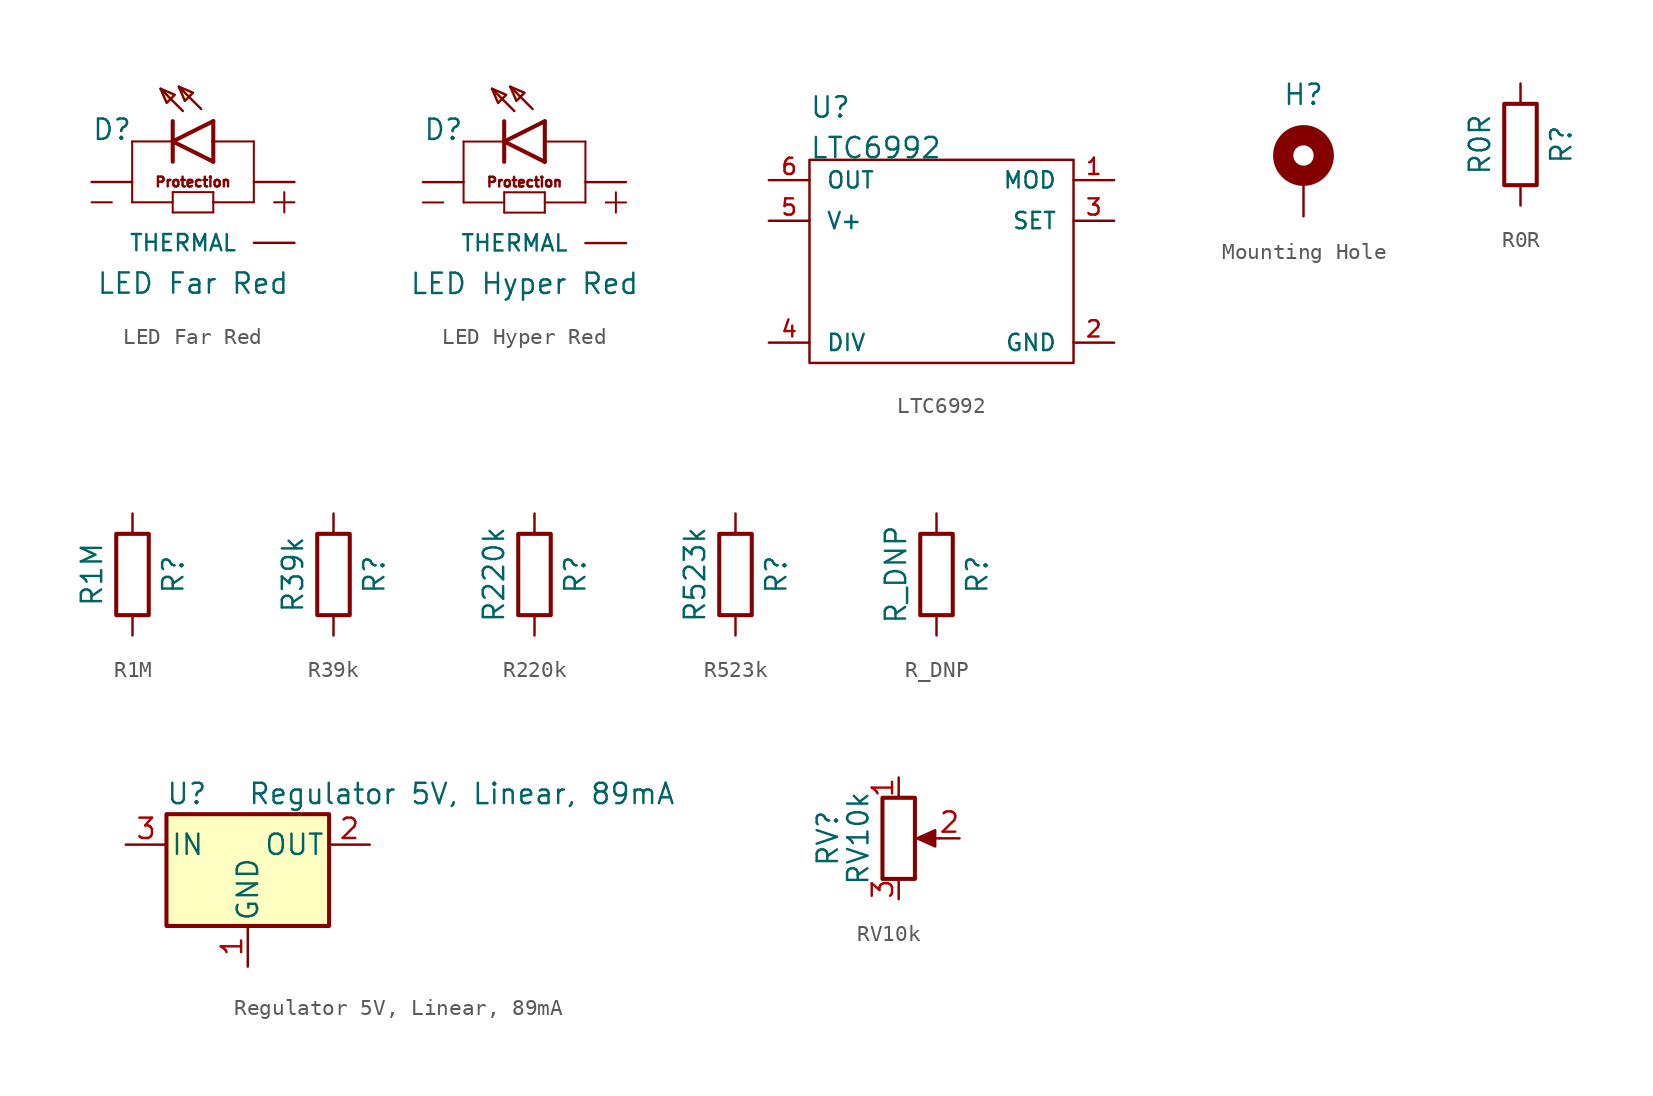
<source format=kicad_sym>
(kicad_symbol_lib
  (version 20211014)
  (generator kicad_symbol_editor)
  (symbol "LED Far Red"
    (pin_numbers hide)
    (pin_names
      (offset 1.016))
    (property "Reference" "D"
      (at -6.35 2.54 0)
      (effects (font (size 1.27 1.27)) (justify left bottom)))
    (property "Value" "LED Far Red"
      (at 0 -6.35 0)
      (effects (font (size 1.27 1.27))))
    (symbol "LED Far Red_0_0"
      (polyline (pts (xy -6.35 -1.27) (xy -5.08 -1.27)) (stroke (width 0.127) (type default) (color 0 0 0 0)) (fill (type none)))
      (polyline (pts (xy -3.81 -1.27) (xy -1.27 -1.27)) (stroke (width 0.127) (type default) (color 0 0 0 0)) (fill (type none)))
      (polyline (pts (xy -3.81 2.54) (xy -3.81 -1.27)) (stroke (width 0.127) (type default) (color 0 0 0 0)) (fill (type none)))
      (polyline (pts (xy -3.81 2.54) (xy -1.27 2.54)) (stroke (width 0.127) (type default) (color 0 0 0 0)) (fill (type none)))
      (polyline (pts (xy -1.27 -1.905) (xy 1.27 -1.905)) (stroke (width 0.127) (type default) (color 0 0 0 0)) (fill (type none)))
      (polyline (pts (xy -1.27 -0.635) (xy -1.27 -1.905)) (stroke (width 0.127) (type default) (color 0 0 0 0)) (fill (type none)))
      (polyline (pts (xy -1.27 1.27) (xy -1.27 2.54)) (stroke (width 0.254) (type default) (color 0 0 0 0)) (fill (type none)))
      (polyline (pts (xy -1.27 2.54) (xy -1.27 3.81)) (stroke (width 0.254) (type default) (color 0 0 0 0)) (fill (type none)))
      (polyline (pts (xy -1.27 2.54) (xy 1.27 3.81)) (stroke (width 0.254) (type default) (color 0 0 0 0)) (fill (type none)))
      (polyline (pts (xy -0.635 4.445) (xy -2.032 5.842)) (stroke (width 0.152) (type default) (color 0 0 0 0)) (fill (type none)))
      (polyline (pts (xy 0.508 4.572) (xy -0.889 5.969)) (stroke (width 0.152) (type default) (color 0 0 0 0)) (fill (type none)))
      (polyline (pts (xy 1.27 -1.905) (xy 1.27 -1.27)) (stroke (width 0.127) (type default) (color 0 0 0 0)) (fill (type none)))
      (polyline (pts (xy 1.27 -1.27) (xy 1.27 -0.635)) (stroke (width 0.127) (type default) (color 0 0 0 0)) (fill (type none)))
      (polyline (pts (xy 1.27 -1.27) (xy 3.81 -1.27)) (stroke (width 0.127) (type default) (color 0 0 0 0)) (fill (type none)))
      (polyline (pts (xy 1.27 -0.635) (xy -1.27 -0.635)) (stroke (width 0.127) (type default) (color 0 0 0 0)) (fill (type none)))
      (polyline (pts (xy 1.27 1.27) (xy -1.27 2.54)) (stroke (width 0.254) (type default) (color 0 0 0 0)) (fill (type none)))
      (polyline (pts (xy 1.27 1.27) (xy 1.27 2.54)) (stroke (width 0.254) (type default) (color 0 0 0 0)) (fill (type none)))
      (polyline (pts (xy 1.27 2.54) (xy 1.27 3.81)) (stroke (width 0.254) (type default) (color 0 0 0 0)) (fill (type none)))
      (polyline (pts (xy 1.27 2.54) (xy 3.81 2.54)) (stroke (width 0.127) (type default) (color 0 0 0 0)) (fill (type none)))
      (polyline (pts (xy 3.81 -1.27) (xy 3.81 2.54)) (stroke (width 0.127) (type default) (color 0 0 0 0)) (fill (type none)))
      (polyline (pts (xy 5.08 -1.27) (xy 6.35 -1.27)) (stroke (width 0.127) (type default) (color 0 0 0 0)) (fill (type none)))
      (polyline (pts (xy 5.715 -0.635) (xy 5.715 -1.905)) (stroke (width 0.127) (type default) (color 0 0 0 0)) (fill (type none)))
      (polyline (pts (xy -1.651 4.953) (xy -2.032 5.842) (xy -1.143 5.461) (xy -1.651 4.953)) (stroke (width 0.152) (type default) (color 0 0 0 0)) (fill (type background)))
      (polyline (pts (xy -0.508 5.08) (xy -0.889 5.969) (xy 0 5.588) (xy -0.508 5.08)) (stroke (width 0.152) (type default) (color 0 0 0 0)) (fill (type background)))
      (text "Protection" (at 0 0 0) (effects (font (size 0.61 0.61))))
      (pin bidirectional line (at -6.35 0 0) (length 2.54) (name "~" (effects (font (size 1.016 1.016)))) (number "1" (effects (font (size 1.016 1.016)))))
      (pin bidirectional line (at 6.35 0 180) (length 2.54) (name "~" (effects (font (size 1.016 1.016)))) (number "2" (effects (font (size 1.016 1.016)))))
      (pin bidirectional line (at 6.35 -3.81 180) (length 2.54) (name "THERMAL" (effects (font (size 1.016 1.016)))) (number "3" (effects (font (size 1.016 1.016)))))))
  (symbol "LED Hyper Red"
    (pin_numbers hide)
    (pin_names
      (offset 1.016))
    (property "Reference" "D"
      (at -6.35 2.54 0)
      (effects (font (size 1.27 1.27)) (justify left bottom)))
    (property "Value" "LED Hyper Red"
      (at 0 -6.35 0)
      (effects (font (size 1.27 1.27))))
    (symbol "LED Hyper Red_0_0"
      (polyline (pts (xy -6.35 -1.27) (xy -5.08 -1.27)) (stroke (width 0.127) (type default) (color 0 0 0 0)) (fill (type none)))
      (polyline (pts (xy -3.81 -1.27) (xy -1.27 -1.27)) (stroke (width 0.127) (type default) (color 0 0 0 0)) (fill (type none)))
      (polyline (pts (xy -3.81 2.54) (xy -3.81 -1.27)) (stroke (width 0.127) (type default) (color 0 0 0 0)) (fill (type none)))
      (polyline (pts (xy -3.81 2.54) (xy -1.27 2.54)) (stroke (width 0.127) (type default) (color 0 0 0 0)) (fill (type none)))
      (polyline (pts (xy -1.27 -1.905) (xy 1.27 -1.905)) (stroke (width 0.127) (type default) (color 0 0 0 0)) (fill (type none)))
      (polyline (pts (xy -1.27 -0.635) (xy -1.27 -1.905)) (stroke (width 0.127) (type default) (color 0 0 0 0)) (fill (type none)))
      (polyline (pts (xy -1.27 1.27) (xy -1.27 2.54)) (stroke (width 0.254) (type default) (color 0 0 0 0)) (fill (type none)))
      (polyline (pts (xy -1.27 2.54) (xy -1.27 3.81)) (stroke (width 0.254) (type default) (color 0 0 0 0)) (fill (type none)))
      (polyline (pts (xy -1.27 2.54) (xy 1.27 3.81)) (stroke (width 0.254) (type default) (color 0 0 0 0)) (fill (type none)))
      (polyline (pts (xy -0.635 4.445) (xy -2.032 5.842)) (stroke (width 0.152) (type default) (color 0 0 0 0)) (fill (type none)))
      (polyline (pts (xy 0.508 4.572) (xy -0.889 5.969)) (stroke (width 0.152) (type default) (color 0 0 0 0)) (fill (type none)))
      (polyline (pts (xy 1.27 -1.905) (xy 1.27 -1.27)) (stroke (width 0.127) (type default) (color 0 0 0 0)) (fill (type none)))
      (polyline (pts (xy 1.27 -1.27) (xy 1.27 -0.635)) (stroke (width 0.127) (type default) (color 0 0 0 0)) (fill (type none)))
      (polyline (pts (xy 1.27 -1.27) (xy 3.81 -1.27)) (stroke (width 0.127) (type default) (color 0 0 0 0)) (fill (type none)))
      (polyline (pts (xy 1.27 -0.635) (xy -1.27 -0.635)) (stroke (width 0.127) (type default) (color 0 0 0 0)) (fill (type none)))
      (polyline (pts (xy 1.27 1.27) (xy -1.27 2.54)) (stroke (width 0.254) (type default) (color 0 0 0 0)) (fill (type none)))
      (polyline (pts (xy 1.27 1.27) (xy 1.27 2.54)) (stroke (width 0.254) (type default) (color 0 0 0 0)) (fill (type none)))
      (polyline (pts (xy 1.27 2.54) (xy 1.27 3.81)) (stroke (width 0.254) (type default) (color 0 0 0 0)) (fill (type none)))
      (polyline (pts (xy 1.27 2.54) (xy 3.81 2.54)) (stroke (width 0.127) (type default) (color 0 0 0 0)) (fill (type none)))
      (polyline (pts (xy 3.81 -1.27) (xy 3.81 2.54)) (stroke (width 0.127) (type default) (color 0 0 0 0)) (fill (type none)))
      (polyline (pts (xy 5.08 -1.27) (xy 6.35 -1.27)) (stroke (width 0.127) (type default) (color 0 0 0 0)) (fill (type none)))
      (polyline (pts (xy 5.715 -0.635) (xy 5.715 -1.905)) (stroke (width 0.127) (type default) (color 0 0 0 0)) (fill (type none)))
      (polyline (pts (xy -1.651 4.953) (xy -2.032 5.842) (xy -1.143 5.461) (xy -1.651 4.953)) (stroke (width 0.152) (type default) (color 0 0 0 0)) (fill (type background)))
      (polyline (pts (xy -0.508 5.08) (xy -0.889 5.969) (xy 0 5.588) (xy -0.508 5.08)) (stroke (width 0.152) (type default) (color 0 0 0 0)) (fill (type background)))
      (text "Protection" (at 0 0 0) (effects (font (size 0.61 0.61))))
      (pin bidirectional line (at -6.35 0 0) (length 2.54) (name "~" (effects (font (size 1.016 1.016)))) (number "1" (effects (font (size 1.016 1.016)))))
      (pin bidirectional line (at 6.35 0 180) (length 2.54) (name "~" (effects (font (size 1.016 1.016)))) (number "2" (effects (font (size 1.016 1.016)))))
      (pin bidirectional line (at 6.35 -3.81 180) (length 2.54) (name "THERMAL" (effects (font (size 1.016 1.016)))) (number "3" (effects (font (size 1.016 1.016)))))))
  (symbol "LTC6992"
    (pin_names
      (offset 1.016))
    (property "Reference" "U"
      (at -8.89 8.89 0)
      (effects (font (size 1.27 1.27)) (justify left bottom)))
    (property "Value" "LTC6992"
      (at -8.89 6.35 0)
      (effects (font (size 1.27 1.27)) (justify left bottom)))
    (symbol "LTC6992_0_0"
      (pin bidirectional line (at 10.16 5.08 180) (length 2.54) (name "MOD" (effects (font (size 1.016 1.016)))) (number "1" (effects (font (size 1.016 1.016)))))
      (pin bidirectional line (at 10.16 -5.08 180) (length 2.54) (name "GND" (effects (font (size 1.016 1.016)))) (number "2" (effects (font (size 1.016 1.016)))))
      (pin bidirectional line (at 10.16 2.54 180) (length 2.54) (name "SET" (effects (font (size 1.016 1.016)))) (number "3" (effects (font (size 1.016 1.016)))))
      (pin bidirectional line (at -11.43 -5.08 0) (length 2.54) (name "DIV" (effects (font (size 1.016 1.016)))) (number "4" (effects (font (size 1.016 1.016)))))
      (pin bidirectional line (at -11.43 2.54 0) (length 2.54) (name "V+" (effects (font (size 1.016 1.016)))) (number "5" (effects (font (size 1.016 1.016)))))
      (pin bidirectional line (at -11.43 5.08 0) (length 2.54) (name "OUT" (effects (font (size 1.016 1.016)))) (number "6" (effects (font (size 1.016 1.016))))))
    (symbol "LTC6992_0_1"
      (rectangle (start -8.89 6.35) (end 7.62 -6.35) (stroke (width 0) (type default) (color 0 0 0 0)) (fill (type none)))))
  (symbol "Mounting Hole"
    (pin_numbers hide)
    (pin_names
      (offset 1.016) hide)
    (property "Reference" "H"
      (at 0 5.08 0)
      (effects (font (size 1.27 1.27))))
    (symbol "Mounting Hole_0_1"
      (circle (center 0 1.27) (radius 1.27) (stroke (width 1.27) (type default) (color 0 0 0 0)) (fill (type none))))
    (symbol "Mounting Hole_1_1"
      (pin input line (at 0 -2.54 90) (length 2.54) (name "1" (effects (font (size 1.27 1.27)))) (number "1" (effects (font (size 1.27 1.27)))))))
  (symbol "R0R"
    (pin_numbers hide)
    (pin_names
      (offset 0))
    (property "Reference" "R"
      (at 2.54 0 90)
      (effects (font (size 1.27 1.27))))
    (property "Value" "R0R"
      (at -2.54 0 90)
      (effects (font (size 1.27 1.27))))
    (symbol "R0R_0_1"
      (rectangle (start -1.016 -2.54) (end 1.016 2.54) (stroke (width 0.254) (type default) (color 0 0 0 0)) (fill (type none))))
    (symbol "R0R_1_1"
      (pin passive line (at 0 3.81 270) (length 1.27) (name "~" (effects (font (size 1.27 1.27)))) (number "1" (effects (font (size 1.27 1.27)))))
      (pin passive line (at 0 -3.81 90) (length 1.27) (name "~" (effects (font (size 1.27 1.27)))) (number "2" (effects (font (size 1.27 1.27)))))))
  (symbol "R1M"
    (pin_numbers hide)
    (pin_names
      (offset 0))
    (property "Reference" "R"
      (at 2.54 0 90)
      (effects (font (size 1.27 1.27))))
    (property "Value" "R1M"
      (at -2.54 0 90)
      (effects (font (size 1.27 1.27))))
    (symbol "R1M_0_1"
      (rectangle (start -1.016 -2.54) (end 1.016 2.54) (stroke (width 0.254) (type default) (color 0 0 0 0)) (fill (type none))))
    (symbol "R1M_1_1"
      (pin passive line (at 0 3.81 270) (length 1.27) (name "~" (effects (font (size 1.27 1.27)))) (number "1" (effects (font (size 1.27 1.27)))))
      (pin passive line (at 0 -3.81 90) (length 1.27) (name "~" (effects (font (size 1.27 1.27)))) (number "2" (effects (font (size 1.27 1.27)))))))
  (symbol "R39k"
    (pin_numbers hide)
    (pin_names
      (offset 0))
    (property "Reference" "R"
      (at 2.54 0 90)
      (effects (font (size 1.27 1.27))))
    (property "Value" "R39k"
      (at -2.54 0 90)
      (effects (font (size 1.27 1.27))))
    (symbol "R39k_0_1"
      (rectangle (start -1.016 -2.54) (end 1.016 2.54) (stroke (width 0.254) (type default) (color 0 0 0 0)) (fill (type none))))
    (symbol "R39k_1_1"
      (pin passive line (at 0 3.81 270) (length 1.27) (name "~" (effects (font (size 1.27 1.27)))) (number "1" (effects (font (size 1.27 1.27)))))
      (pin passive line (at 0 -3.81 90) (length 1.27) (name "~" (effects (font (size 1.27 1.27)))) (number "2" (effects (font (size 1.27 1.27)))))))
  (symbol "R220k"
    (pin_numbers hide)
    (pin_names
      (offset 0))
    (property "Reference" "R"
      (at 2.54 0 90)
      (effects (font (size 1.27 1.27))))
    (property "Value" "R220k"
      (at -2.54 0 90)
      (effects (font (size 1.27 1.27))))
    (symbol "R220k_0_1"
      (rectangle (start -1.016 -2.54) (end 1.016 2.54) (stroke (width 0.254) (type default) (color 0 0 0 0)) (fill (type none))))
    (symbol "R220k_1_1"
      (pin passive line (at 0 3.81 270) (length 1.27) (name "~" (effects (font (size 1.27 1.27)))) (number "1" (effects (font (size 1.27 1.27)))))
      (pin passive line (at 0 -3.81 90) (length 1.27) (name "~" (effects (font (size 1.27 1.27)))) (number "2" (effects (font (size 1.27 1.27)))))))
  (symbol "R523k"
    (pin_numbers hide)
    (pin_names
      (offset 0))
    (property "Reference" "R"
      (at 2.54 0 90)
      (effects (font (size 1.27 1.27))))
    (property "Value" "R523k"
      (at -2.54 0 90)
      (effects (font (size 1.27 1.27))))
    (symbol "R523k_0_1"
      (rectangle (start -1.016 -2.54) (end 1.016 2.54) (stroke (width 0.254) (type default) (color 0 0 0 0)) (fill (type none))))
    (symbol "R523k_1_1"
      (pin passive line (at 0 3.81 270) (length 1.27) (name "~" (effects (font (size 1.27 1.27)))) (number "1" (effects (font (size 1.27 1.27)))))
      (pin passive line (at 0 -3.81 90) (length 1.27) (name "~" (effects (font (size 1.27 1.27)))) (number "2" (effects (font (size 1.27 1.27)))))))
  (symbol "R_DNP"
    (pin_numbers hide)
    (pin_names
      (offset 0))
    (property "Reference" "R"
      (at 2.54 0 90)
      (effects (font (size 1.27 1.27))))
    (property "Value" "R_DNP"
      (at -2.54 0 90)
      (effects (font (size 1.27 1.27))))
    (symbol "R_DNP_0_1"
      (rectangle (start -1.016 -2.54) (end 1.016 2.54) (stroke (width 0.254) (type default) (color 0 0 0 0)) (fill (type none))))
    (symbol "R_DNP_1_1"
      (pin passive line (at 0 3.81 270) (length 1.27) (name "~" (effects (font (size 1.27 1.27)))) (number "1" (effects (font (size 1.27 1.27)))))
      (pin passive line (at 0 -3.81 90) (length 1.27) (name "~" (effects (font (size 1.27 1.27)))) (number "2" (effects (font (size 1.27 1.27)))))))
  (symbol "Regulator 5V, Linear, 89mA"
    (pin_names
      (offset 0.254))
    (property "Reference" "U"
      (at -3.81 3.175 0)
      (effects (font (size 1.27 1.27))))
    (property "Value" "Regulator 5V, Linear, 89mA"
      (at 0 3.175 0)
      (effects (font (size 1.27 1.27)) (justify left)))
    (symbol "Regulator 5V, Linear, 89mA_0_1"
      (rectangle (start -5.08 1.905) (end 5.08 -5.08) (stroke (width 0.254) (type default) (color 0 0 0 0)) (fill (type background))))
    (symbol "Regulator 5V, Linear, 89mA_1_1"
      (pin power_in line (at 0 -7.62 90) (length 2.54) (name "GND" (effects (font (size 1.27 1.27)))) (number "1" (effects (font (size 1.27 1.27)))))
      (pin power_out line (at 7.62 0 180) (length 2.54) (name "OUT" (effects (font (size 1.27 1.27)))) (number "2" (effects (font (size 1.27 1.27)))))
      (pin power_in line (at -7.62 0 0) (length 2.54) (name "IN" (effects (font (size 1.27 1.27)))) (number "3" (effects (font (size 1.27 1.27)))))))
  (symbol "RV10k"
    (pin_names
      (offset 1.016) hide)
    (property "Reference" "RV"
      (at -4.445 0 90)
      (effects (font (size 1.27 1.27))))
    (property "Value" "RV10k"
      (at -2.54 0 90)
      (effects (font (size 1.27 1.27))))
    (symbol "RV10k_0_1"
      (polyline (pts (xy 2.54 0) (xy 1.524 0)) (stroke (width 0) (type default) (color 0 0 0 0)) (fill (type none)))
      (polyline (pts (xy 1.143 0) (xy 2.286 0.508) (xy 2.286 -0.508) (xy 1.143 0)) (stroke (width 0) (type default) (color 0 0 0 0)) (fill (type outline)))
      (rectangle (start 1.016 2.54) (end -1.016 -2.54) (stroke (width 0.254) (type default) (color 0 0 0 0)) (fill (type none))))
    (symbol "RV10k_1_1"
      (pin passive line (at 0 3.81 270) (length 1.27) (name "1" (effects (font (size 1.27 1.27)))) (number "1" (effects (font (size 1.27 1.27)))))
      (pin passive line (at 3.81 0 180) (length 1.27) (name "2" (effects (font (size 1.27 1.27)))) (number "2" (effects (font (size 1.27 1.27)))))
      (pin passive line (at 0 -3.81 90) (length 1.27) (name "3" (effects (font (size 1.27 1.27)))) (number "3" (effects (font (size 1.27 1.27))))))))
</source>
